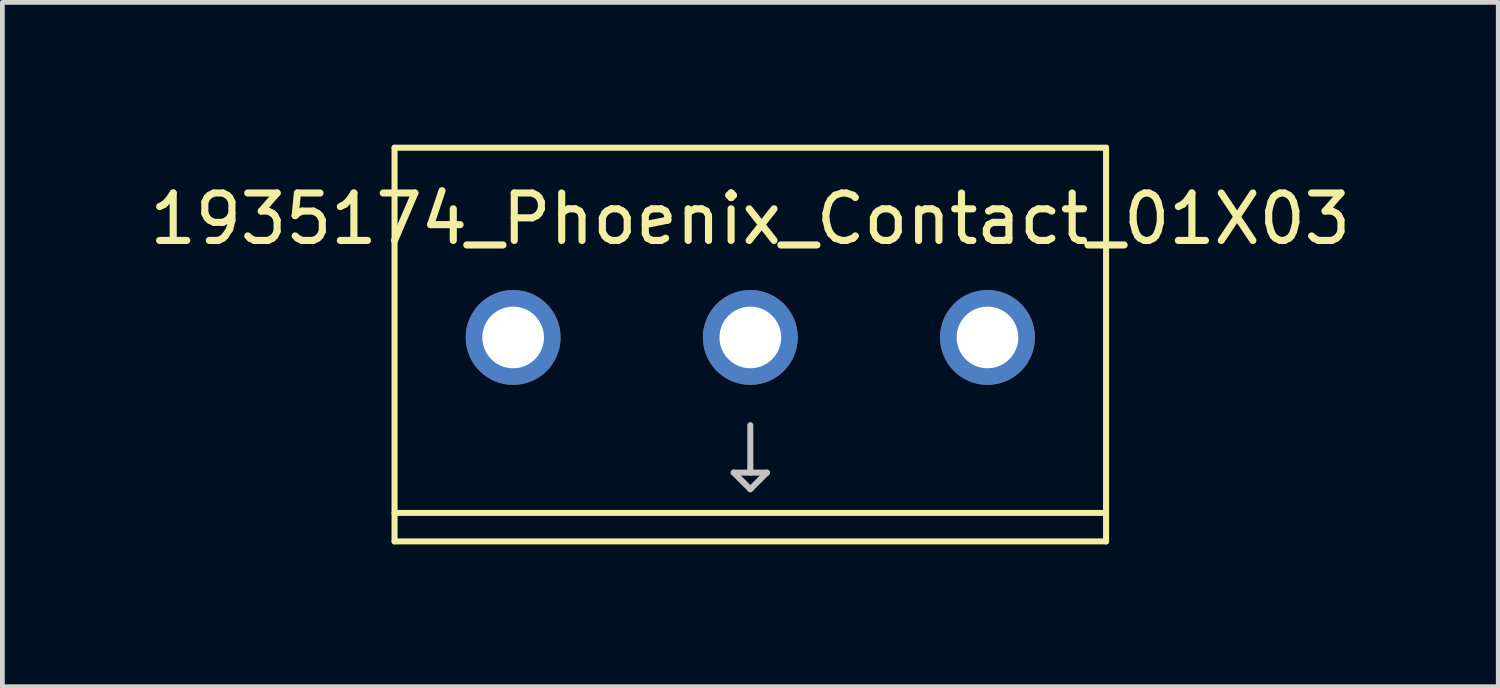
<source format=kicad_pcb>
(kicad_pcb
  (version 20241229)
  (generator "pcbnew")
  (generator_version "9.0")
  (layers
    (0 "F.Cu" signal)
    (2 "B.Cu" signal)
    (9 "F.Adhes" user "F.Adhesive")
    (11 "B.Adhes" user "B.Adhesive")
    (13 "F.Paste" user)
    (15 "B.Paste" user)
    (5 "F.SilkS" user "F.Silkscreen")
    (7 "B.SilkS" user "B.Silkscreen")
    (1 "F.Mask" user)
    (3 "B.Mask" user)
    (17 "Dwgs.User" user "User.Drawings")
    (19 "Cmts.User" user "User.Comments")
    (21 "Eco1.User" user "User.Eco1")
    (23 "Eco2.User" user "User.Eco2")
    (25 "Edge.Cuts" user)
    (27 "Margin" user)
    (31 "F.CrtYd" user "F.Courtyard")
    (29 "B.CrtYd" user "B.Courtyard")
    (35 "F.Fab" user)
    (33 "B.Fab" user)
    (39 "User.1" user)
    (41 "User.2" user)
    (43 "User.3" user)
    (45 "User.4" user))
  (footprint "1935174_Phoenix_Contact_01X03"
    (layer "F.Cu")
    (at 12.768 4.064)
    (property "Reference" "1935174_Phoenix_Contact_01X03" (at 0 -2.5 0) (layer "F.SilkS") (effects (font (size 1 1) (thickness 0.15))))
    (attr through_hole)
    (fp_line (start -7.5 -4) (end 7.5 -4) (stroke (width 0.127) (type solid)) (layer "F.SilkS"))
    (fp_line (start -7.5 4.3) (end -7.5 -4) (stroke (width 0.127) (type solid)) (layer "F.SilkS"))
    (fp_line (start 7.5 -4) (end 7.5 4.3) (stroke (width 0.127) (type solid)) (layer "F.SilkS"))
    (fp_line (start 7.5 3.7) (end -7.5 3.7) (stroke (width 0.127) (type solid)) (layer "F.SilkS"))
    (fp_line (start 7.5 4.3) (end -7.5 4.3) (stroke (width 0.127) (type solid)) (layer "F.SilkS"))
    (fp_line (start -0.35 2.85) (end 0 3.2) (stroke (width 0.127) (type solid)) (layer "Dwgs.User"))
    (fp_line (start -0.35 2.85) (end 0.35 2.85) (stroke (width 0.127) (type solid)) (layer "Dwgs.User"))
    (fp_line (start 0 1.85) (end 0 2.85) (stroke (width 0.127) (type solid)) (layer "Dwgs.User"))
    (fp_line (start 0.35 2.85) (end 0 3.2) (stroke (width 0.127) (type solid)) (layer "Dwgs.User"))
    (pad "1" thru_hole circle (at -5 0) (size 2 2) (drill 1.3) (layers "*.Cu" "*.Mask"))
    (pad "2" thru_hole circle (at 0 0) (size 2 2) (drill 1.3) (layers "*.Cu" "*.Mask"))
    (pad "3" thru_hole circle (at 5 0) (size 2 2) (drill 1.3) (layers "*.Cu" "*.Mask")))
  (gr_rect
    (start -3 -3)
    (end 28.536 11.427)
    (stroke (width 0.1) (type default))
    (fill no)
    (layer "Edge.Cuts")))
</source>
